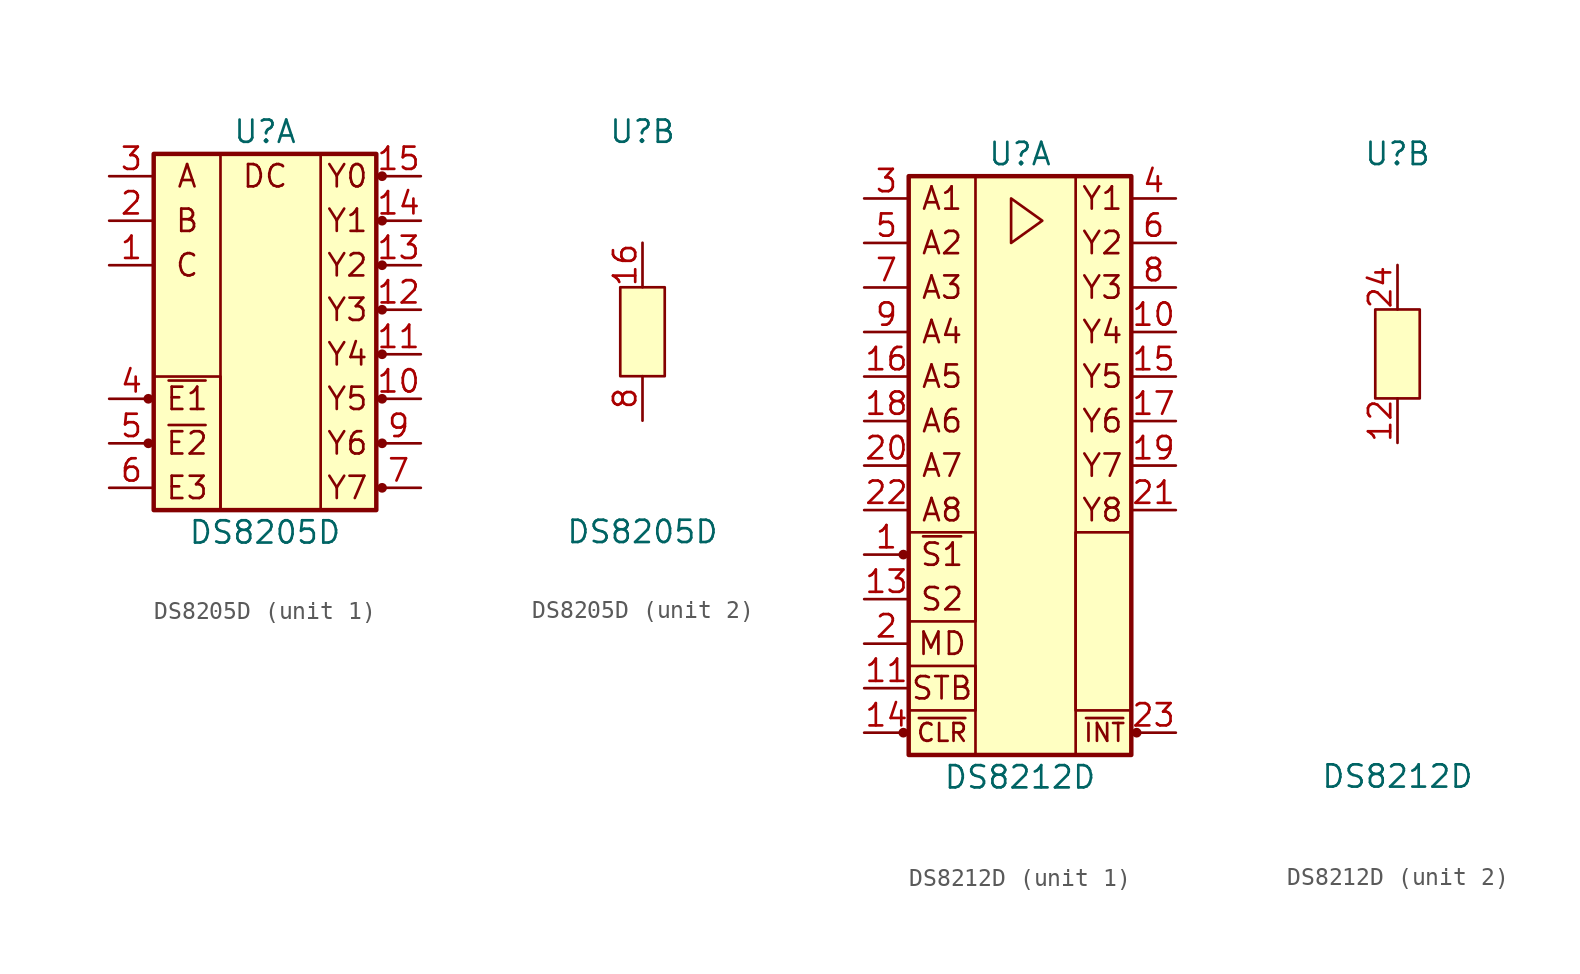
<source format=kicad_sym>
(kicad_symbol_lib
  (version 20211014)
  (generator kicad_symbol_editor)
  (symbol "DS8205D"
    (pin_names
      (offset 1.016) hide)
    (property "Reference" "U"
      (at 0 11.43 0)
      (effects (font (size 1.27 1.27))))
    (property "Value" "DS8205D"
      (at 0 -11.43 0)
      (effects (font (size 1.27 1.27))))
    (property "ki_locked" ""
      (at 0 0 0)
      (effects (font (size 1.27 1.27))))
    (symbol "DS8205D_1_1"
      (circle (center -6.655 -6.35) (radius 0.203) (stroke (width 0) (type default) (color 0 0 0 0)) (fill (type outline)))
      (circle (center -6.655 -3.81) (radius 0.203) (stroke (width 0) (type default) (color 0 0 0 0)) (fill (type outline)))
      (rectangle (start -6.35 -2.54) (end -2.54 -10.16) (stroke (width 0) (type default) (color 0 0 0 0)) (fill (type none)))
      (rectangle (start -6.35 10.16) (end 6.35 -10.16) (stroke (width 0.254) (type default) (color 0 0 0 0)) (fill (type background)))
      (rectangle (start 3.175 10.16) (end -2.54 -10.16) (stroke (width 0) (type default) (color 0 0 0 0)) (fill (type none)))
      (circle (center 6.68 -8.89) (radius 0.203) (stroke (width 0) (type default) (color 0 0 0 0)) (fill (type outline)))
      (circle (center 6.68 -6.35) (radius 0.203) (stroke (width 0) (type default) (color 0 0 0 0)) (fill (type outline)))
      (circle (center 6.68 -3.81) (radius 0.203) (stroke (width 0) (type default) (color 0 0 0 0)) (fill (type outline)))
      (circle (center 6.68 -1.27) (radius 0.203) (stroke (width 0) (type default) (color 0 0 0 0)) (fill (type outline)))
      (circle (center 6.68 1.27) (radius 0.203) (stroke (width 0) (type default) (color 0 0 0 0)) (fill (type outline)))
      (circle (center 6.68 3.81) (radius 0.203) (stroke (width 0) (type default) (color 0 0 0 0)) (fill (type outline)))
      (circle (center 6.68 6.35) (radius 0.203) (stroke (width 0) (type default) (color 0 0 0 0)) (fill (type outline)))
      (circle (center 6.68 8.89) (radius 0.203) (stroke (width 0) (type default) (color 0 0 0 0)) (fill (type outline)))
      (text "A" (at -4.445 8.89 0) (effects (font (size 1.27 1.27))))
      (text "B" (at -4.445 6.35 0) (effects (font (size 1.27 1.27))))
      (text "C" (at -4.445 3.81 0) (effects (font (size 1.27 1.27))))
      (text "DC" (at 0 8.89 0) (effects (font (size 1.27 1.27))))
      (text "E3" (at -4.445 -8.89 0) (effects (font (size 1.27 1.27))))
      (text "Y0" (at 4.699 8.89 0) (effects (font (size 1.27 1.27))))
      (text "Y1" (at 4.699 6.35 0) (effects (font (size 1.27 1.27))))
      (text "Y2" (at 4.699 3.81 0) (effects (font (size 1.27 1.27))))
      (text "Y3" (at 4.699 1.27 0) (effects (font (size 1.27 1.27))))
      (text "Y4" (at 4.699 -1.27 0) (effects (font (size 1.27 1.27))))
      (text "Y5" (at 4.699 -3.81 0) (effects (font (size 1.27 1.27))))
      (text "Y6" (at 4.699 -6.35 0) (effects (font (size 1.27 1.27))))
      (text "Y7" (at 4.699 -8.89 0) (effects (font (size 1.27 1.27))))
      (text "~{E1}" (at -4.445 -3.81 0) (effects (font (size 1.27 1.27))))
      (text "~{E2}" (at -4.445 -6.35 0) (effects (font (size 1.27 1.27))))
      (pin input line (at -8.89 3.81 0) (length 2.54) (name "C" (effects (font (size 1.27 1.27)))) (number "1" (effects (font (size 1.27 1.27)))))
      (pin output line (at 8.89 -3.81 180) (length 2.54) (name "Y5" (effects (font (size 1.27 1.27)))) (number "10" (effects (font (size 1.27 1.27)))))
      (pin output line (at 8.89 -1.27 180) (length 2.54) (name "Y4" (effects (font (size 1.27 1.27)))) (number "11" (effects (font (size 1.27 1.27)))))
      (pin output line (at 8.89 1.27 180) (length 2.54) (name "Y3" (effects (font (size 1.27 1.27)))) (number "12" (effects (font (size 1.27 1.27)))))
      (pin output line (at 8.89 3.81 180) (length 2.54) (name "Y2" (effects (font (size 1.27 1.27)))) (number "13" (effects (font (size 1.27 1.27)))))
      (pin output line (at 8.89 6.35 180) (length 2.54) (name "Y1" (effects (font (size 1.27 1.27)))) (number "14" (effects (font (size 1.27 1.27)))))
      (pin output line (at 8.89 8.89 180) (length 2.54) (name "Y0" (effects (font (size 1.27 1.27)))) (number "15" (effects (font (size 1.27 1.27)))))
      (pin input line (at -8.89 6.35 0) (length 2.54) (name "B" (effects (font (size 1.27 1.27)))) (number "2" (effects (font (size 1.27 1.27)))))
      (pin input line (at -8.89 8.89 0) (length 2.54) (name "A" (effects (font (size 1.27 1.27)))) (number "3" (effects (font (size 1.27 1.27)))))
      (pin input line (at -8.89 -3.81 0) (length 2.54) (name "~{E1}" (effects (font (size 1.27 1.27)))) (number "4" (effects (font (size 1.27 1.27)))))
      (pin input line (at -8.89 -6.35 0) (length 2.54) (name "~{E2}" (effects (font (size 1.27 1.27)))) (number "5" (effects (font (size 1.27 1.27)))))
      (pin input line (at -8.89 -8.89 0) (length 2.54) (name "E3" (effects (font (size 1.27 1.27)))) (number "6" (effects (font (size 1.27 1.27)))))
      (pin output line (at 8.89 -8.89 180) (length 2.54) (name "Y7" (effects (font (size 1.27 1.27)))) (number "7" (effects (font (size 1.27 1.27)))))
      (pin output line (at 8.89 -6.35 180) (length 2.54) (name "Y6" (effects (font (size 1.27 1.27)))) (number "9" (effects (font (size 1.27 1.27))))))
    (symbol "DS8205D_2_1"
      (rectangle (start -1.27 2.54) (end 1.27 -2.54) (stroke (width 0) (type default) (color 0 0 0 0)) (fill (type background)))
      (pin power_in line (at 0 5.08 270) (length 2.54) (name "Vcc" (effects (font (size 1.27 1.27)))) (number "16" (effects (font (size 1.27 1.27)))))
      (pin power_in line (at 0 -5.08 90) (length 2.54) (name "GND" (effects (font (size 1.27 1.27)))) (number "8" (effects (font (size 1.27 1.27)))))))
  (symbol "DS8212D"
    (pin_names
      (offset 1.016) hide)
    (property "Reference" "U"
      (at 0 11.43 0)
      (effects (font (size 1.27 1.27))))
    (property "Value" "DS8212D"
      (at 0 -24.13 0)
      (effects (font (size 1.27 1.27))))
    (property "ki_locked" ""
      (at 0 0 0)
      (effects (font (size 1.27 1.27))))
    (symbol "DS8212D_1_1"
      (circle (center -6.655 -21.59) (radius 0.203) (stroke (width 0) (type default) (color 0 0 0 0)) (fill (type outline)))
      (circle (center -6.655 -11.43) (radius 0.203) (stroke (width 0) (type default) (color 0 0 0 0)) (fill (type outline)))
      (rectangle (start -6.35 -17.78) (end -2.54 -20.32) (stroke (width 0) (type default) (color 0 0 0 0)) (fill (type none)))
      (rectangle (start -6.35 -10.16) (end -2.54 -15.24) (stroke (width 0) (type default) (color 0 0 0 0)) (fill (type none)))
      (rectangle (start -6.35 10.16) (end 6.35 -22.86) (stroke (width 0.254) (type default) (color 0 0 0 0)) (fill (type background)))
      (polyline (pts (xy -0.508 8.89) (xy 1.27 7.62) (xy -0.508 6.35) (xy -0.508 8.89)) (stroke (width 0) (type default) (color 0 0 0 0)) (fill (type none)))
      (rectangle (start 3.175 -10.16) (end 6.35 -20.32) (stroke (width 0) (type default) (color 0 0 0 0)) (fill (type none)))
      (rectangle (start 3.175 10.16) (end -2.54 -22.86) (stroke (width 0) (type default) (color 0 0 0 0)) (fill (type none)))
      (circle (center 6.655 -21.59) (radius 0.203) (stroke (width 0) (type default) (color 0 0 0 0)) (fill (type outline)))
      (text "A1" (at -4.445 8.89 0) (effects (font (size 1.27 1.27))))
      (text "A2" (at -4.445 6.35 0) (effects (font (size 1.27 1.27))))
      (text "A3" (at -4.445 3.81 0) (effects (font (size 1.27 1.27))))
      (text "A4" (at -4.445 1.27 0) (effects (font (size 1.27 1.27))))
      (text "A5" (at -4.445 -1.27 0) (effects (font (size 1.27 1.27))))
      (text "A6" (at -4.445 -3.81 0) (effects (font (size 1.27 1.27))))
      (text "A7" (at -4.445 -6.35 0) (effects (font (size 1.27 1.27))))
      (text "A8" (at -4.445 -8.89 0) (effects (font (size 1.27 1.27))))
      (text "MD" (at -4.445 -16.51 0) (effects (font (size 1.27 1.27))))
      (text "S2" (at -4.445 -13.97 0) (effects (font (size 1.27 1.27))))
      (text "STB" (at -4.445 -19.05 0) (effects (font (size 1.27 1.27))))
      (text "Y1" (at 4.699 8.89 0) (effects (font (size 1.27 1.27))))
      (text "Y2" (at 4.699 6.35 0) (effects (font (size 1.27 1.27))))
      (text "Y3" (at 4.699 3.81 0) (effects (font (size 1.27 1.27))))
      (text "Y4" (at 4.699 1.27 0) (effects (font (size 1.27 1.27))))
      (text "Y5" (at 4.699 -1.27 0) (effects (font (size 1.27 1.27))))
      (text "Y6" (at 4.699 -3.81 0) (effects (font (size 1.27 1.27))))
      (text "Y7" (at 4.699 -6.35 0) (effects (font (size 1.27 1.27))))
      (text "Y8" (at 4.699 -8.89 0) (effects (font (size 1.27 1.27))))
      (text "~{CLR}" (at -4.445 -21.59 0) (effects (font (size 1.016 1.016))))
      (text "~{INT}" (at 4.826 -21.59 0) (effects (font (size 1.016 1.016))))
      (text "~{S1}" (at -4.445 -11.43 0) (effects (font (size 1.27 1.27))))
      (pin input line (at -8.89 -11.43 0) (length 2.54) (name "~{S1}" (effects (font (size 1.27 1.27)))) (number "1" (effects (font (size 1.27 1.27)))))
      (pin tri_state line (at 8.89 1.27 180) (length 2.54) (name "A4" (effects (font (size 1.27 1.27)))) (number "10" (effects (font (size 1.27 1.27)))))
      (pin input line (at -8.89 -19.05 0) (length 2.54) (name "STB" (effects (font (size 1.27 1.27)))) (number "11" (effects (font (size 1.27 1.27)))))
      (pin input line (at -8.89 -13.97 0) (length 2.54) (name "S2" (effects (font (size 1.27 1.27)))) (number "13" (effects (font (size 1.27 1.27)))))
      (pin input line (at -8.89 -21.59 0) (length 2.54) (name "~{CLR}" (effects (font (size 1.27 1.27)))) (number "14" (effects (font (size 1.27 1.27)))))
      (pin tri_state line (at 8.89 -1.27 180) (length 2.54) (name "Y5" (effects (font (size 1.27 1.27)))) (number "15" (effects (font (size 1.27 1.27)))))
      (pin input line (at -8.89 -1.27 0) (length 2.54) (name "A5" (effects (font (size 1.27 1.27)))) (number "16" (effects (font (size 1.27 1.27)))))
      (pin tri_state line (at 8.89 -3.81 180) (length 2.54) (name "Y6" (effects (font (size 1.27 1.27)))) (number "17" (effects (font (size 1.27 1.27)))))
      (pin input line (at -8.89 -3.81 0) (length 2.54) (name "A6" (effects (font (size 1.27 1.27)))) (number "18" (effects (font (size 1.27 1.27)))))
      (pin tri_state line (at 8.89 -6.35 180) (length 2.54) (name "Y7" (effects (font (size 1.27 1.27)))) (number "19" (effects (font (size 1.27 1.27)))))
      (pin input line (at -8.89 -16.51 0) (length 2.54) (name "MD" (effects (font (size 1.27 1.27)))) (number "2" (effects (font (size 1.27 1.27)))))
      (pin input line (at -8.89 -6.35 0) (length 2.54) (name "A7" (effects (font (size 1.27 1.27)))) (number "20" (effects (font (size 1.27 1.27)))))
      (pin tri_state line (at 8.89 -8.89 180) (length 2.54) (name "Y8" (effects (font (size 1.27 1.27)))) (number "21" (effects (font (size 1.27 1.27)))))
      (pin input line (at -8.89 -8.89 0) (length 2.54) (name "A8" (effects (font (size 1.27 1.27)))) (number "22" (effects (font (size 1.27 1.27)))))
      (pin output line (at 8.89 -21.59 180) (length 2.54) (name "~{INT}" (effects (font (size 1.27 1.27)))) (number "23" (effects (font (size 1.27 1.27)))))
      (pin input line (at -8.89 8.89 0) (length 2.54) (name "A1" (effects (font (size 1.27 1.27)))) (number "3" (effects (font (size 1.27 1.27)))))
      (pin tri_state line (at 8.89 8.89 180) (length 2.54) (name "Y1" (effects (font (size 1.27 1.27)))) (number "4" (effects (font (size 1.27 1.27)))))
      (pin input line (at -8.89 6.35 0) (length 2.54) (name "A2" (effects (font (size 1.27 1.27)))) (number "5" (effects (font (size 1.27 1.27)))))
      (pin tri_state line (at 8.89 6.35 180) (length 2.54) (name "Y2" (effects (font (size 1.27 1.27)))) (number "6" (effects (font (size 1.27 1.27)))))
      (pin input line (at -8.89 3.81 0) (length 2.54) (name "A3" (effects (font (size 1.27 1.27)))) (number "7" (effects (font (size 1.27 1.27)))))
      (pin tri_state line (at 8.89 3.81 180) (length 2.54) (name "Y3" (effects (font (size 1.27 1.27)))) (number "8" (effects (font (size 1.27 1.27)))))
      (pin input line (at -8.89 1.27 0) (length 2.54) (name "A4" (effects (font (size 1.27 1.27)))) (number "9" (effects (font (size 1.27 1.27))))))
    (symbol "DS8212D_2_1"
      (rectangle (start -1.27 2.54) (end 1.27 -2.54) (stroke (width 0) (type default) (color 0 0 0 0)) (fill (type background)))
      (pin power_in line (at 0 -5.08 90) (length 2.54) (name "GND" (effects (font (size 1.27 1.27)))) (number "12" (effects (font (size 1.27 1.27)))))
      (pin power_in line (at 0 5.08 270) (length 2.54) (name "Vcc" (effects (font (size 1.27 1.27)))) (number "24" (effects (font (size 1.27 1.27))))))))
</source>
